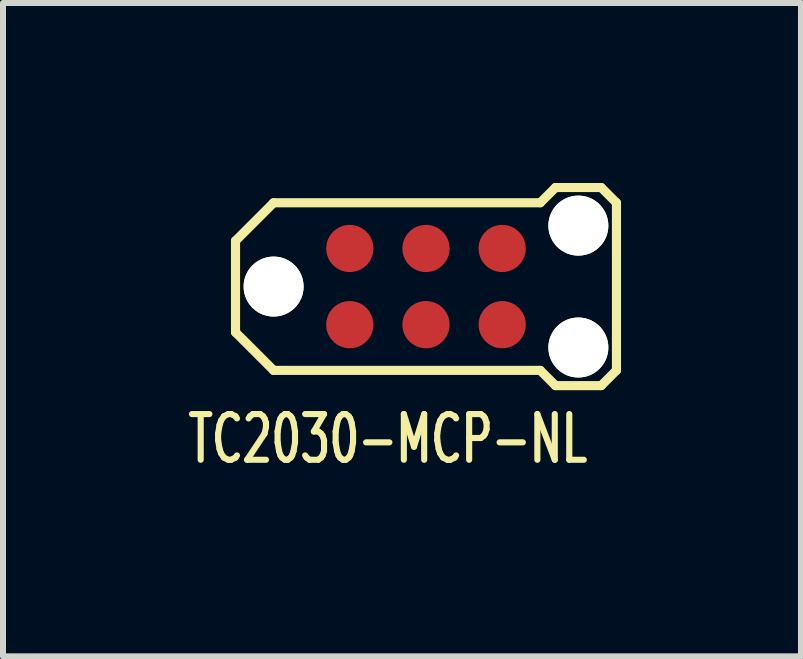
<source format=kicad_pcb>
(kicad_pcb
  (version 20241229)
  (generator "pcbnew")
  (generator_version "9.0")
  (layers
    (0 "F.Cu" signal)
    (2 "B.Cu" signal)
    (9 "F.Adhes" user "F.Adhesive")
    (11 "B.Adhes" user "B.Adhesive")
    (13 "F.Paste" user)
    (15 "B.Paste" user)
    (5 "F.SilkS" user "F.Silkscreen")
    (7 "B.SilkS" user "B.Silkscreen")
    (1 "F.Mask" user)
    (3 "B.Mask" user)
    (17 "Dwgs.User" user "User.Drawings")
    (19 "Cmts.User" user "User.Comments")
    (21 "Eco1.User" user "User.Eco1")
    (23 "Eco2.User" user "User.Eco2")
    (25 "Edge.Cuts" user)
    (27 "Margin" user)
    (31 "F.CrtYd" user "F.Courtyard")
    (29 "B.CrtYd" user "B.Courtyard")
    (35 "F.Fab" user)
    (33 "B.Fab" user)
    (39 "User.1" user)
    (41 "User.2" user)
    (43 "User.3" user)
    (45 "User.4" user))
  (footprint "TC2030-MCP-NL"
    (layer "F.Cu")
    (at 1.511 1.727)
    (property "Reference" "TC2030-MCP-NL" (at 1.905 2.54 0) (layer "F.SilkS") (effects (font (size 0.762 0.508) (thickness 0.102))))
    (attr exclude_from_pos_files exclude_from_bom)
    (fp_line (start -0.635 -0.762) (end 0 -1.397) (stroke (width 0.152) (type solid)) (layer "F.SilkS"))
    (fp_line (start -0.635 0.762) (end -0.635 -0.762) (stroke (width 0.152) (type solid)) (layer "F.SilkS"))
    (fp_line (start 0 -1.397) (end 4.445 -1.397) (stroke (width 0.152) (type solid)) (layer "F.SilkS"))
    (fp_line (start 0 1.397) (end -0.635 0.762) (stroke (width 0.152) (type solid)) (layer "F.SilkS"))
    (fp_line (start 4.445 -1.397) (end 4.699 -1.651) (stroke (width 0.152) (type solid)) (layer "F.SilkS"))
    (fp_line (start 4.445 1.397) (end 0 1.397) (stroke (width 0.152) (type solid)) (layer "F.SilkS"))
    (fp_line (start 4.699 -1.651) (end 5.461 -1.651) (stroke (width 0.152) (type solid)) (layer "F.SilkS"))
    (fp_line (start 4.699 1.651) (end 4.445 1.397) (stroke (width 0.152) (type solid)) (layer "F.SilkS"))
    (fp_line (start 5.461 -1.651) (end 5.715 -1.397) (stroke (width 0.152) (type solid)) (layer "F.SilkS"))
    (fp_line (start 5.461 1.651) (end 4.699 1.651) (stroke (width 0.152) (type solid)) (layer "F.SilkS"))
    (fp_line (start 5.715 -1.397) (end 5.715 1.397) (stroke (width 0.152) (type solid)) (layer "F.SilkS"))
    (fp_line (start 5.715 1.397) (end 5.461 1.651) (stroke (width 0.152) (type solid)) (layer "F.SilkS"))
    (pad "" np_thru_hole circle (at 0 0) (size 1 1) (drill 1) (layers "*.Cu" "*.Mask" "F.SilkS"))
    (pad "" np_thru_hole circle (at 5.08 -1.016) (size 1 1) (drill 1) (layers "*.Cu" "*.Mask" "F.SilkS"))
    (pad "" np_thru_hole circle (at 5.08 1.016) (size 1 1) (drill 1) (layers "*.Cu" "*.Mask" "F.SilkS"))
    (pad "1" smd circle (at 1.27 0.635) (size 0.787 0.787) (layers "F.Cu" "F.Mask" "F.Paste"))
    (pad "2" smd circle (at 1.27 -0.635) (size 0.787 0.787) (layers "F.Cu" "F.Mask" "F.Paste"))
    (pad "3" smd circle (at 2.54 0.635) (size 0.787 0.787) (layers "F.Cu" "F.Mask" "F.Paste"))
    (pad "4" smd circle (at 2.54 -0.635) (size 0.787 0.787) (layers "F.Cu" "F.Mask" "F.Paste"))
    (pad "5" smd circle (at 3.81 0.635) (size 0.787 0.787) (layers "F.Cu" "F.Mask" "F.Paste"))
    (pad "6" smd circle (at 3.81 -0.635) (size 0.787 0.787) (layers "F.Cu" "F.Mask" "F.Paste")))
  (gr_rect
    (start -3 -3)
    (end 10.302 7.891)
    (stroke (width 0.1) (type default))
    (fill no)
    (layer "Edge.Cuts")))
</source>
